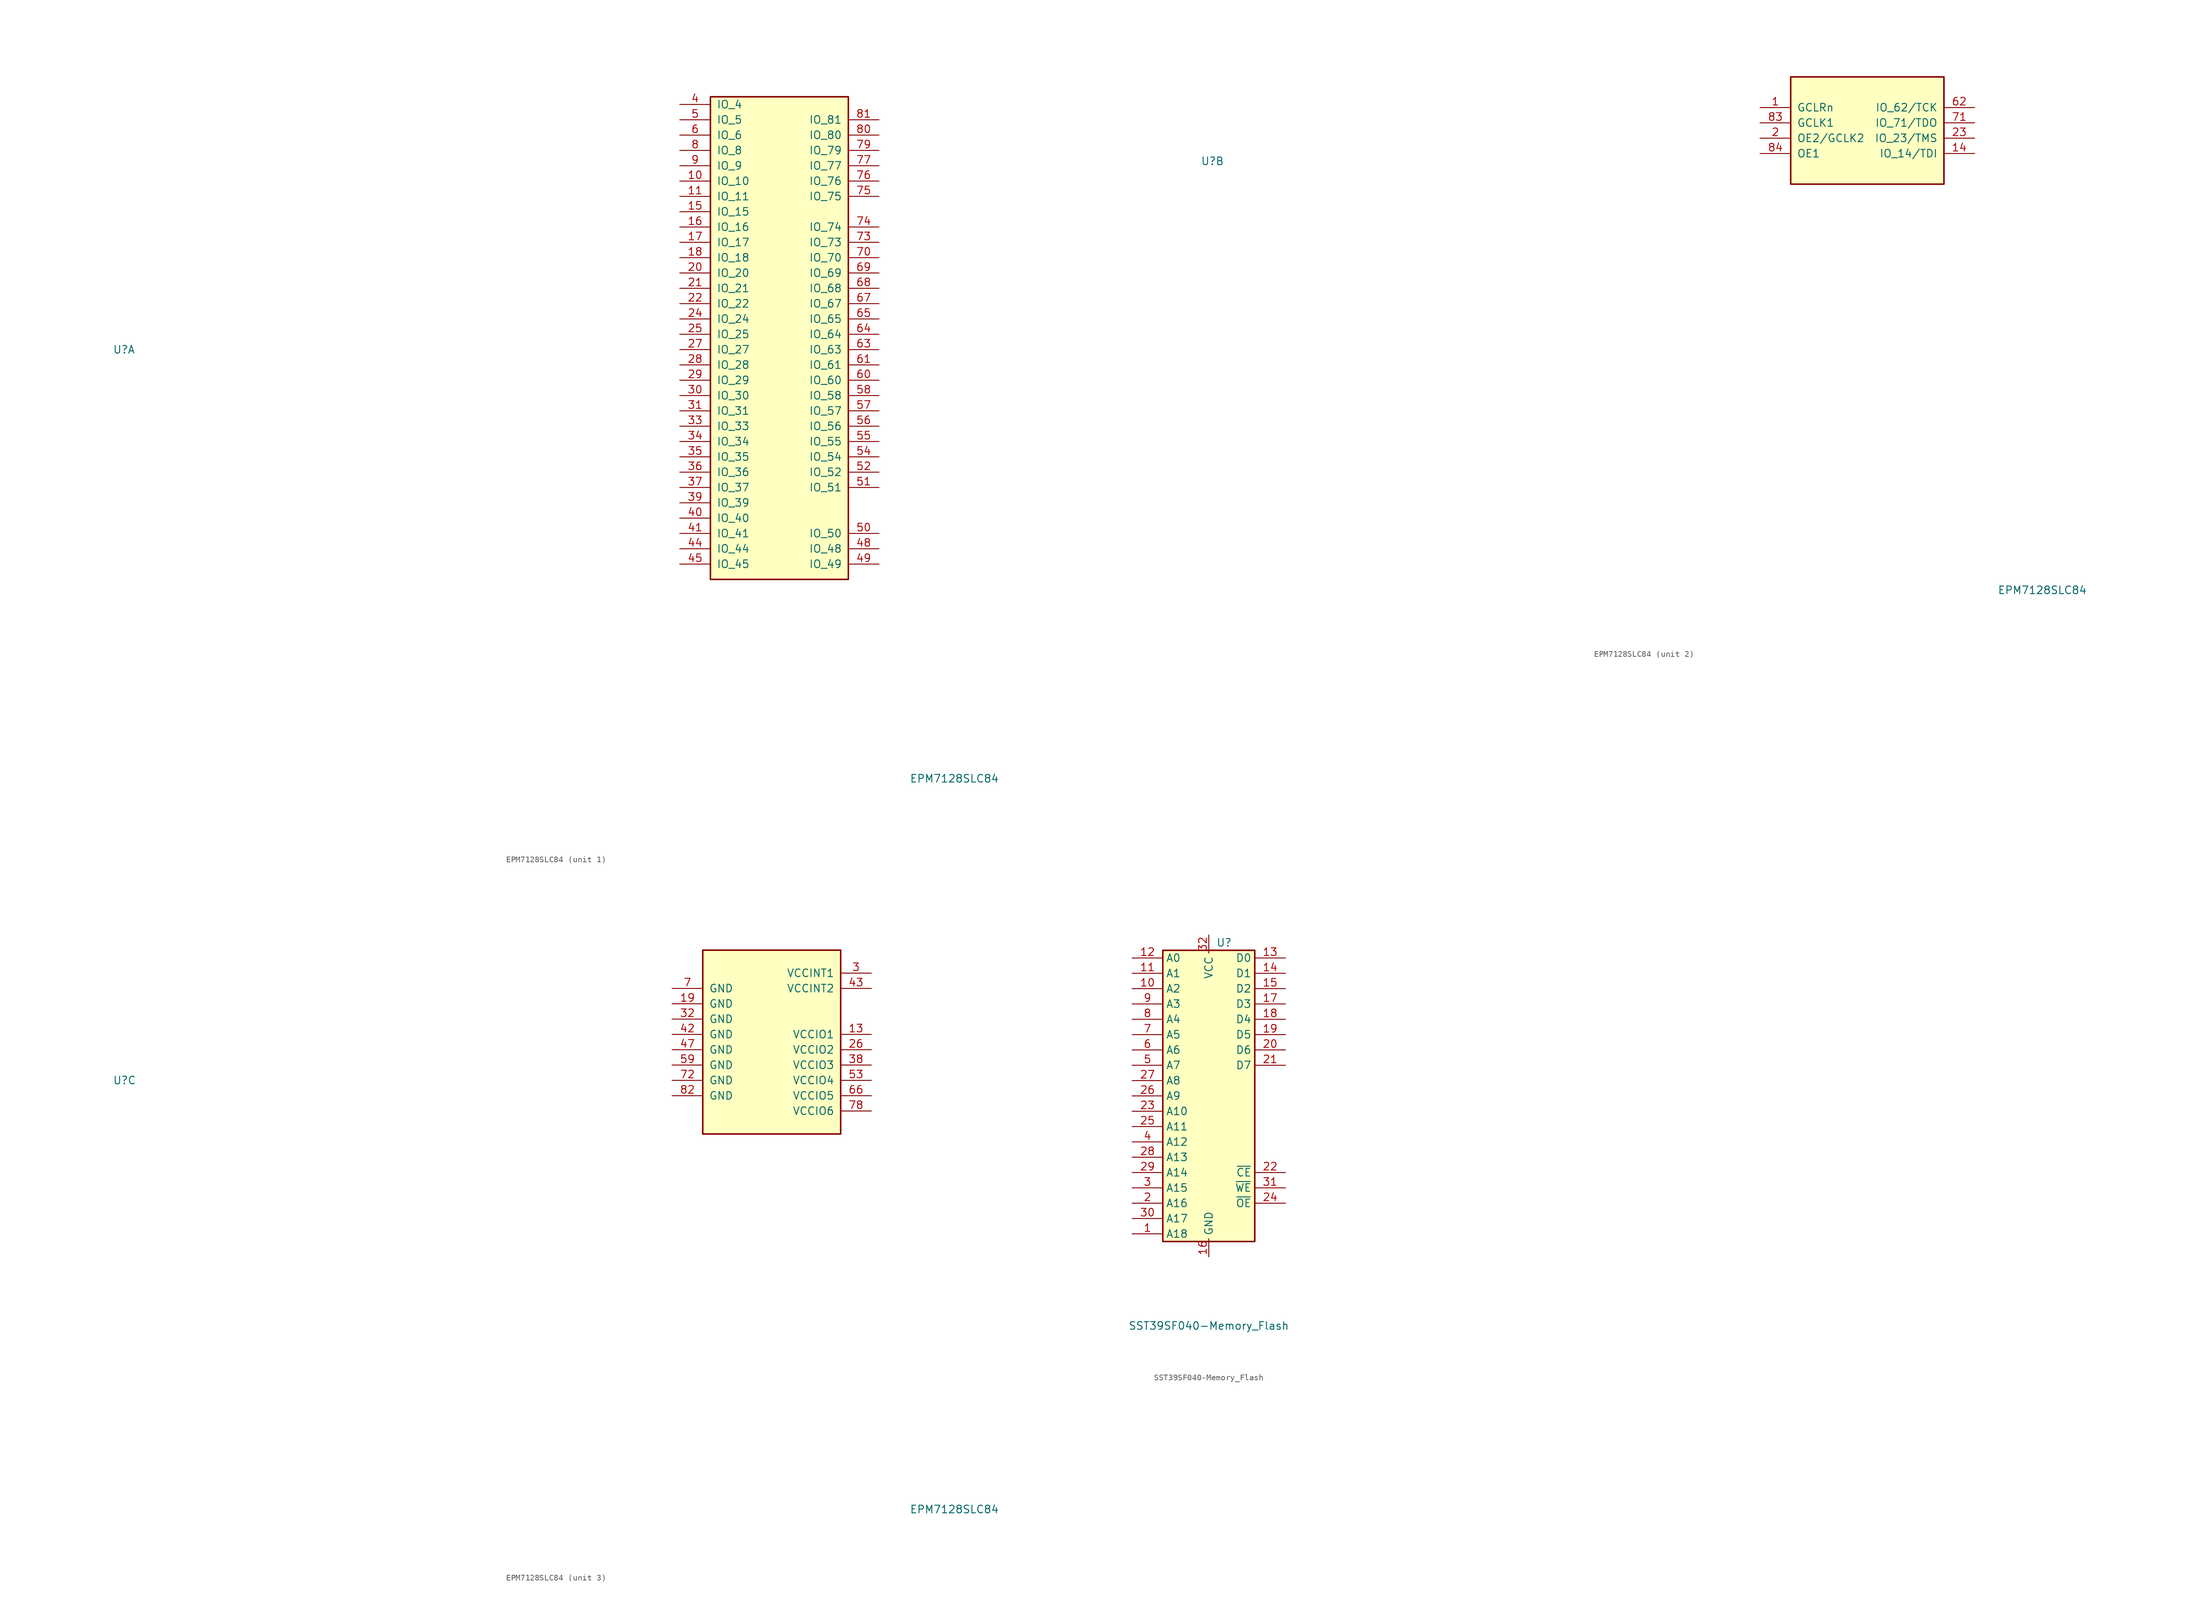
<source format=kicad_sym>
(kicad_symbol_lib
  (version 20220914)
  (generator kicad_symbol_editor)
  (symbol "EPM7128SLC84"
    (pin_names
      (offset 1.016))
    (property "Reference" "U"
      (at -110.49 -5.08 0)
      (effects (font (size 1.27 1.27)) (justify left)))
    (property "Value" "EPM7128SLC84"
      (at 21.59 -76.2 0)
      (effects (font (size 1.27 1.27)) (justify left)))
    (property "ki_locked" ""
      (at 0 0 0)
      (effects (font (size 1.27 1.27))))
    (symbol "EPM7128SLC84_1_1"
      (rectangle (start -11.43 36.83) (end 11.43 -43.18) (stroke (width 0.254) (type default)) (fill (type background)))
      (pin bidirectional line (at -16.51 22.86 0) (length 5.08) (name "IO_10" (effects (font (size 1.27 1.27)))) (number "10" (effects (font (size 1.27 1.27)))))
      (pin bidirectional line (at -16.51 20.32 0) (length 5.08) (name "IO_11" (effects (font (size 1.27 1.27)))) (number "11" (effects (font (size 1.27 1.27)))))
      (pin bidirectional line (at -16.51 17.78 0) (length 5.08) (name "IO_15" (effects (font (size 1.27 1.27)))) (number "15" (effects (font (size 1.27 1.27)))))
      (pin bidirectional line (at -16.51 15.24 0) (length 5.08) (name "IO_16" (effects (font (size 1.27 1.27)))) (number "16" (effects (font (size 1.27 1.27)))))
      (pin bidirectional line (at -16.51 12.7 0) (length 5.08) (name "IO_17" (effects (font (size 1.27 1.27)))) (number "17" (effects (font (size 1.27 1.27)))))
      (pin bidirectional line (at -16.51 10.16 0) (length 5.08) (name "IO_18" (effects (font (size 1.27 1.27)))) (number "18" (effects (font (size 1.27 1.27)))))
      (pin bidirectional line (at -16.51 7.62 0) (length 5.08) (name "IO_20" (effects (font (size 1.27 1.27)))) (number "20" (effects (font (size 1.27 1.27)))))
      (pin bidirectional line (at -16.51 5.08 0) (length 5.08) (name "IO_21" (effects (font (size 1.27 1.27)))) (number "21" (effects (font (size 1.27 1.27)))))
      (pin bidirectional line (at -16.51 2.54 0) (length 5.08) (name "IO_22" (effects (font (size 1.27 1.27)))) (number "22" (effects (font (size 1.27 1.27)))))
      (pin bidirectional line (at -16.51 0 0) (length 5.08) (name "IO_24" (effects (font (size 1.27 1.27)))) (number "24" (effects (font (size 1.27 1.27)))))
      (pin bidirectional line (at -16.51 -2.54 0) (length 5.08) (name "IO_25" (effects (font (size 1.27 1.27)))) (number "25" (effects (font (size 1.27 1.27)))))
      (pin bidirectional line (at -16.51 -5.08 0) (length 5.08) (name "IO_27" (effects (font (size 1.27 1.27)))) (number "27" (effects (font (size 1.27 1.27)))))
      (pin bidirectional line (at -16.51 -7.62 0) (length 5.08) (name "IO_28" (effects (font (size 1.27 1.27)))) (number "28" (effects (font (size 1.27 1.27)))))
      (pin bidirectional line (at -16.51 -10.16 0) (length 5.08) (name "IO_29" (effects (font (size 1.27 1.27)))) (number "29" (effects (font (size 1.27 1.27)))))
      (pin bidirectional line (at -16.51 -12.7 0) (length 5.08) (name "IO_30" (effects (font (size 1.27 1.27)))) (number "30" (effects (font (size 1.27 1.27)))))
      (pin bidirectional line (at -16.51 -15.24 0) (length 5.08) (name "IO_31" (effects (font (size 1.27 1.27)))) (number "31" (effects (font (size 1.27 1.27)))))
      (pin bidirectional line (at -16.51 -17.78 0) (length 5.08) (name "IO_33" (effects (font (size 1.27 1.27)))) (number "33" (effects (font (size 1.27 1.27)))))
      (pin bidirectional line (at -16.51 -20.32 0) (length 5.08) (name "IO_34" (effects (font (size 1.27 1.27)))) (number "34" (effects (font (size 1.27 1.27)))))
      (pin bidirectional line (at -16.51 -22.86 0) (length 5.08) (name "IO_35" (effects (font (size 1.27 1.27)))) (number "35" (effects (font (size 1.27 1.27)))))
      (pin bidirectional line (at -16.51 -25.4 0) (length 5.08) (name "IO_36" (effects (font (size 1.27 1.27)))) (number "36" (effects (font (size 1.27 1.27)))))
      (pin bidirectional line (at -16.51 -27.94 0) (length 5.08) (name "IO_37" (effects (font (size 1.27 1.27)))) (number "37" (effects (font (size 1.27 1.27)))))
      (pin bidirectional line (at -16.51 -30.48 0) (length 5.08) (name "IO_39" (effects (font (size 1.27 1.27)))) (number "39" (effects (font (size 1.27 1.27)))))
      (pin bidirectional line (at -16.51 35.56 0) (length 5.08) (name "IO_4" (effects (font (size 1.27 1.27)))) (number "4" (effects (font (size 1.27 1.27)))))
      (pin bidirectional line (at -16.51 -33.02 0) (length 5.08) (name "IO_40" (effects (font (size 1.27 1.27)))) (number "40" (effects (font (size 1.27 1.27)))))
      (pin bidirectional line (at -16.51 -35.56 0) (length 5.08) (name "IO_41" (effects (font (size 1.27 1.27)))) (number "41" (effects (font (size 1.27 1.27)))))
      (pin bidirectional line (at -16.51 -38.1 0) (length 5.08) (name "IO_44" (effects (font (size 1.27 1.27)))) (number "44" (effects (font (size 1.27 1.27)))))
      (pin bidirectional line (at -16.51 -40.64 0) (length 5.08) (name "IO_45" (effects (font (size 1.27 1.27)))) (number "45" (effects (font (size 1.27 1.27)))))
      (pin bidirectional line (at 16.51 -38.1 180) (length 5.08) (name "IO_48" (effects (font (size 1.27 1.27)))) (number "48" (effects (font (size 1.27 1.27)))))
      (pin bidirectional line (at 16.51 -40.64 180) (length 5.08) (name "IO_49" (effects (font (size 1.27 1.27)))) (number "49" (effects (font (size 1.27 1.27)))))
      (pin bidirectional line (at -16.51 33.02 0) (length 5.08) (name "IO_5" (effects (font (size 1.27 1.27)))) (number "5" (effects (font (size 1.27 1.27)))))
      (pin bidirectional line (at 16.51 -35.56 180) (length 5.08) (name "IO_50" (effects (font (size 1.27 1.27)))) (number "50" (effects (font (size 1.27 1.27)))))
      (pin bidirectional line (at 16.51 -27.94 180) (length 5.08) (name "IO_51" (effects (font (size 1.27 1.27)))) (number "51" (effects (font (size 1.27 1.27)))))
      (pin bidirectional line (at 16.51 -25.4 180) (length 5.08) (name "IO_52" (effects (font (size 1.27 1.27)))) (number "52" (effects (font (size 1.27 1.27)))))
      (pin bidirectional line (at 16.51 -22.86 180) (length 5.08) (name "IO_54" (effects (font (size 1.27 1.27)))) (number "54" (effects (font (size 1.27 1.27)))))
      (pin bidirectional line (at 16.51 -20.32 180) (length 5.08) (name "IO_55" (effects (font (size 1.27 1.27)))) (number "55" (effects (font (size 1.27 1.27)))))
      (pin bidirectional line (at 16.51 -17.78 180) (length 5.08) (name "IO_56" (effects (font (size 1.27 1.27)))) (number "56" (effects (font (size 1.27 1.27)))))
      (pin bidirectional line (at 16.51 -15.24 180) (length 5.08) (name "IO_57" (effects (font (size 1.27 1.27)))) (number "57" (effects (font (size 1.27 1.27)))))
      (pin bidirectional line (at 16.51 -12.7 180) (length 5.08) (name "IO_58" (effects (font (size 1.27 1.27)))) (number "58" (effects (font (size 1.27 1.27)))))
      (pin bidirectional line (at -16.51 30.48 0) (length 5.08) (name "IO_6" (effects (font (size 1.27 1.27)))) (number "6" (effects (font (size 1.27 1.27)))))
      (pin bidirectional line (at 16.51 -10.16 180) (length 5.08) (name "IO_60" (effects (font (size 1.27 1.27)))) (number "60" (effects (font (size 1.27 1.27)))))
      (pin bidirectional line (at 16.51 -7.62 180) (length 5.08) (name "IO_61" (effects (font (size 1.27 1.27)))) (number "61" (effects (font (size 1.27 1.27)))))
      (pin bidirectional line (at 16.51 -5.08 180) (length 5.08) (name "IO_63" (effects (font (size 1.27 1.27)))) (number "63" (effects (font (size 1.27 1.27)))))
      (pin bidirectional line (at 16.51 -2.54 180) (length 5.08) (name "IO_64" (effects (font (size 1.27 1.27)))) (number "64" (effects (font (size 1.27 1.27)))))
      (pin bidirectional line (at 16.51 0 180) (length 5.08) (name "IO_65" (effects (font (size 1.27 1.27)))) (number "65" (effects (font (size 1.27 1.27)))))
      (pin bidirectional line (at 16.51 2.54 180) (length 5.08) (name "IO_67" (effects (font (size 1.27 1.27)))) (number "67" (effects (font (size 1.27 1.27)))))
      (pin bidirectional line (at 16.51 5.08 180) (length 5.08) (name "IO_68" (effects (font (size 1.27 1.27)))) (number "68" (effects (font (size 1.27 1.27)))))
      (pin bidirectional line (at 16.51 7.62 180) (length 5.08) (name "IO_69" (effects (font (size 1.27 1.27)))) (number "69" (effects (font (size 1.27 1.27)))))
      (pin bidirectional line (at 16.51 10.16 180) (length 5.08) (name "IO_70" (effects (font (size 1.27 1.27)))) (number "70" (effects (font (size 1.27 1.27)))))
      (pin bidirectional line (at 16.51 12.7 180) (length 5.08) (name "IO_73" (effects (font (size 1.27 1.27)))) (number "73" (effects (font (size 1.27 1.27)))))
      (pin bidirectional line (at 16.51 15.24 180) (length 5.08) (name "IO_74" (effects (font (size 1.27 1.27)))) (number "74" (effects (font (size 1.27 1.27)))))
      (pin bidirectional line (at 16.51 20.32 180) (length 5.08) (name "IO_75" (effects (font (size 1.27 1.27)))) (number "75" (effects (font (size 1.27 1.27)))))
      (pin bidirectional line (at 16.51 22.86 180) (length 5.08) (name "IO_76" (effects (font (size 1.27 1.27)))) (number "76" (effects (font (size 1.27 1.27)))))
      (pin bidirectional line (at 16.51 25.4 180) (length 5.08) (name "IO_77" (effects (font (size 1.27 1.27)))) (number "77" (effects (font (size 1.27 1.27)))))
      (pin bidirectional line (at 16.51 27.94 180) (length 5.08) (name "IO_79" (effects (font (size 1.27 1.27)))) (number "79" (effects (font (size 1.27 1.27)))))
      (pin bidirectional line (at -16.51 27.94 0) (length 5.08) (name "IO_8" (effects (font (size 1.27 1.27)))) (number "8" (effects (font (size 1.27 1.27)))))
      (pin bidirectional line (at 16.51 30.48 180) (length 5.08) (name "IO_80" (effects (font (size 1.27 1.27)))) (number "80" (effects (font (size 1.27 1.27)))))
      (pin bidirectional line (at 16.51 33.02 180) (length 5.08) (name "IO_81" (effects (font (size 1.27 1.27)))) (number "81" (effects (font (size 1.27 1.27)))))
      (pin bidirectional line (at -16.51 25.4 0) (length 5.08) (name "IO_9" (effects (font (size 1.27 1.27)))) (number "9" (effects (font (size 1.27 1.27))))))
    (symbol "EPM7128SLC84_2_1"
      (rectangle (start -12.7 8.89) (end 12.7 -8.89) (stroke (width 0.254) (type default)) (fill (type background)))
      (pin input line (at -17.78 3.81 0) (length 5.08) (name "GCLRn" (effects (font (size 1.27 1.27)))) (number "1" (effects (font (size 1.27 1.27)))))
      (pin bidirectional line (at 17.78 -3.81 180) (length 5.08) (name "IO_14/TDI" (effects (font (size 1.27 1.27)))) (number "14" (effects (font (size 1.27 1.27)))))
      (pin input line (at -17.78 -1.27 0) (length 5.08) (name "OE2/GCLK2" (effects (font (size 1.27 1.27)))) (number "2" (effects (font (size 1.27 1.27)))))
      (pin bidirectional line (at 17.78 -1.27 180) (length 5.08) (name "IO_23/TMS" (effects (font (size 1.27 1.27)))) (number "23" (effects (font (size 1.27 1.27)))))
      (pin bidirectional line (at 17.78 3.81 180) (length 5.08) (name "IO_62/TCK" (effects (font (size 1.27 1.27)))) (number "62" (effects (font (size 1.27 1.27)))))
      (pin bidirectional line (at 17.78 1.27 180) (length 5.08) (name "IO_71/TDO" (effects (font (size 1.27 1.27)))) (number "71" (effects (font (size 1.27 1.27)))))
      (pin input line (at -17.78 1.27 0) (length 5.08) (name "GCLK1" (effects (font (size 1.27 1.27)))) (number "83" (effects (font (size 1.27 1.27)))))
      (pin input line (at -17.78 -3.81 0) (length 5.08) (name "OE1" (effects (font (size 1.27 1.27)))) (number "84" (effects (font (size 1.27 1.27))))))
    (symbol "EPM7128SLC84_3_1"
      (rectangle (start -12.7 16.51) (end 10.16 -13.97) (stroke (width 0.254) (type default)) (fill (type background)))
      (pin power_in line (at 15.24 2.54 180) (length 5.08) (name "VCCIO1" (effects (font (size 1.27 1.27)))) (number "13" (effects (font (size 1.27 1.27)))))
      (pin power_in line (at -17.78 7.62 0) (length 5.08) (name "GND" (effects (font (size 1.27 1.27)))) (number "19" (effects (font (size 1.27 1.27)))))
      (pin power_in line (at 15.24 0 180) (length 5.08) (name "VCCIO2" (effects (font (size 1.27 1.27)))) (number "26" (effects (font (size 1.27 1.27)))))
      (pin power_in line (at 15.24 12.7 180) (length 5.08) (name "VCCINT1" (effects (font (size 1.27 1.27)))) (number "3" (effects (font (size 1.27 1.27)))))
      (pin power_in line (at -17.78 5.08 0) (length 5.08) (name "GND" (effects (font (size 1.27 1.27)))) (number "32" (effects (font (size 1.27 1.27)))))
      (pin power_in line (at 15.24 -2.54 180) (length 5.08) (name "VCCIO3" (effects (font (size 1.27 1.27)))) (number "38" (effects (font (size 1.27 1.27)))))
      (pin power_in line (at -17.78 2.54 0) (length 5.08) (name "GND" (effects (font (size 1.27 1.27)))) (number "42" (effects (font (size 1.27 1.27)))))
      (pin power_in line (at 15.24 10.16 180) (length 5.08) (name "VCCINT2" (effects (font (size 1.27 1.27)))) (number "43" (effects (font (size 1.27 1.27)))))
      (pin power_in line (at -17.78 0 0) (length 5.08) (name "GND" (effects (font (size 1.27 1.27)))) (number "47" (effects (font (size 1.27 1.27)))))
      (pin power_in line (at 15.24 -5.08 180) (length 5.08) (name "VCCIO4" (effects (font (size 1.27 1.27)))) (number "53" (effects (font (size 1.27 1.27)))))
      (pin power_in line (at -17.78 -2.54 0) (length 5.08) (name "GND" (effects (font (size 1.27 1.27)))) (number "59" (effects (font (size 1.27 1.27)))))
      (pin power_in line (at 15.24 -7.62 180) (length 5.08) (name "VCCIO5" (effects (font (size 1.27 1.27)))) (number "66" (effects (font (size 1.27 1.27)))))
      (pin power_in line (at -17.78 10.16 0) (length 5.08) (name "GND" (effects (font (size 1.27 1.27)))) (number "7" (effects (font (size 1.27 1.27)))))
      (pin power_in line (at -17.78 -5.08 0) (length 5.08) (name "GND" (effects (font (size 1.27 1.27)))) (number "72" (effects (font (size 1.27 1.27)))))
      (pin power_in line (at 15.24 -10.16 180) (length 5.08) (name "VCCIO6" (effects (font (size 1.27 1.27)))) (number "78" (effects (font (size 1.27 1.27)))))
      (pin power_in line (at -17.78 -7.62 0) (length 5.08) (name "GND" (effects (font (size 1.27 1.27)))) (number "82" (effects (font (size 1.27 1.27)))))))
  (symbol "SST39SF040-Memory_Flash"
    (property "Reference" "U"
      (at 2.54 33.02 0)
      (effects (font (size 1.27 1.27))))
    (property "Value" "SST39SF040-Memory_Flash"
      (at 0 -30.48 0)
      (effects (font (size 1.27 1.27))))
    (symbol "SST39SF040-Memory_Flash_0_0"
      (pin power_in line (at 0 -19.05 90) (length 2.997) (name "GND" (effects (font (size 1.27 1.27)))) (number "16" (effects (font (size 1.27 1.27)))))
      (pin power_in line (at 0 34.29 270) (length 2.997) (name "VCC" (effects (font (size 1.27 1.27)))) (number "32" (effects (font (size 1.27 1.27))))))
    (symbol "SST39SF040-Memory_Flash_0_1"
      (rectangle (start -7.62 31.75) (end 7.62 -16.51) (stroke (width 0.254) (type solid)) (fill (type background))))
    (symbol "SST39SF040-Memory_Flash_1_1"
      (pin input line (at -12.7 -15.24 0) (length 5.08) (name "A18" (effects (font (size 1.27 1.27)))) (number "1" (effects (font (size 1.27 1.27)))))
      (pin input line (at -12.7 25.4 0) (length 5.08) (name "A2" (effects (font (size 1.27 1.27)))) (number "10" (effects (font (size 1.27 1.27)))))
      (pin input line (at -12.7 27.94 0) (length 5.08) (name "A1" (effects (font (size 1.27 1.27)))) (number "11" (effects (font (size 1.27 1.27)))))
      (pin input line (at -12.7 30.48 0) (length 5.08) (name "A0" (effects (font (size 1.27 1.27)))) (number "12" (effects (font (size 1.27 1.27)))))
      (pin tri_state line (at 12.7 30.48 180) (length 5.08) (name "D0" (effects (font (size 1.27 1.27)))) (number "13" (effects (font (size 1.27 1.27)))))
      (pin tri_state line (at 12.7 27.94 180) (length 5.08) (name "D1" (effects (font (size 1.27 1.27)))) (number "14" (effects (font (size 1.27 1.27)))))
      (pin tri_state line (at 12.7 25.4 180) (length 5.08) (name "D2" (effects (font (size 1.27 1.27)))) (number "15" (effects (font (size 1.27 1.27)))))
      (pin tri_state line (at 12.7 22.86 180) (length 5.08) (name "D3" (effects (font (size 1.27 1.27)))) (number "17" (effects (font (size 1.27 1.27)))))
      (pin tri_state line (at 12.7 20.32 180) (length 5.08) (name "D4" (effects (font (size 1.27 1.27)))) (number "18" (effects (font (size 1.27 1.27)))))
      (pin tri_state line (at 12.7 17.78 180) (length 5.08) (name "D5" (effects (font (size 1.27 1.27)))) (number "19" (effects (font (size 1.27 1.27)))))
      (pin input line (at -12.7 -10.16 0) (length 5.08) (name "A16" (effects (font (size 1.27 1.27)))) (number "2" (effects (font (size 1.27 1.27)))))
      (pin tri_state line (at 12.7 15.24 180) (length 5.08) (name "D6" (effects (font (size 1.27 1.27)))) (number "20" (effects (font (size 1.27 1.27)))))
      (pin tri_state line (at 12.7 12.7 180) (length 5.08) (name "D7" (effects (font (size 1.27 1.27)))) (number "21" (effects (font (size 1.27 1.27)))))
      (pin input line (at 12.7 -5.08 180) (length 5.08) (name "~{CE}" (effects (font (size 1.27 1.27)))) (number "22" (effects (font (size 1.27 1.27)))))
      (pin input line (at -12.7 5.08 0) (length 5.08) (name "A10" (effects (font (size 1.27 1.27)))) (number "23" (effects (font (size 1.27 1.27)))))
      (pin input line (at 12.7 -10.16 180) (length 5.08) (name "~{OE}" (effects (font (size 1.27 1.27)))) (number "24" (effects (font (size 1.27 1.27)))))
      (pin input line (at -12.7 2.54 0) (length 5.08) (name "A11" (effects (font (size 1.27 1.27)))) (number "25" (effects (font (size 1.27 1.27)))))
      (pin input line (at -12.7 7.62 0) (length 5.08) (name "A9" (effects (font (size 1.27 1.27)))) (number "26" (effects (font (size 1.27 1.27)))))
      (pin input line (at -12.7 10.16 0) (length 5.08) (name "A8" (effects (font (size 1.27 1.27)))) (number "27" (effects (font (size 1.27 1.27)))))
      (pin input line (at -12.7 -2.54 0) (length 5.08) (name "A13" (effects (font (size 1.27 1.27)))) (number "28" (effects (font (size 1.27 1.27)))))
      (pin input line (at -12.7 -5.08 0) (length 5.08) (name "A14" (effects (font (size 1.27 1.27)))) (number "29" (effects (font (size 1.27 1.27)))))
      (pin input line (at -12.7 -7.62 0) (length 5.08) (name "A15" (effects (font (size 1.27 1.27)))) (number "3" (effects (font (size 1.27 1.27)))))
      (pin input line (at -12.7 -12.7 0) (length 5.08) (name "A17" (effects (font (size 1.27 1.27)))) (number "30" (effects (font (size 1.27 1.27)))))
      (pin input line (at 12.7 -7.62 180) (length 5.08) (name "~{WE}" (effects (font (size 1.27 1.27)))) (number "31" (effects (font (size 1.27 1.27)))))
      (pin input line (at -12.7 0 0) (length 5.08) (name "A12" (effects (font (size 1.27 1.27)))) (number "4" (effects (font (size 1.27 1.27)))))
      (pin input line (at -12.7 12.7 0) (length 5.08) (name "A7" (effects (font (size 1.27 1.27)))) (number "5" (effects (font (size 1.27 1.27)))))
      (pin input line (at -12.7 15.24 0) (length 5.08) (name "A6" (effects (font (size 1.27 1.27)))) (number "6" (effects (font (size 1.27 1.27)))))
      (pin input line (at -12.7 17.78 0) (length 5.08) (name "A5" (effects (font (size 1.27 1.27)))) (number "7" (effects (font (size 1.27 1.27)))))
      (pin input line (at -12.7 20.32 0) (length 5.08) (name "A4" (effects (font (size 1.27 1.27)))) (number "8" (effects (font (size 1.27 1.27)))))
      (pin input line (at -12.7 22.86 0) (length 5.08) (name "A3" (effects (font (size 1.27 1.27)))) (number "9" (effects (font (size 1.27 1.27))))))))
</source>
